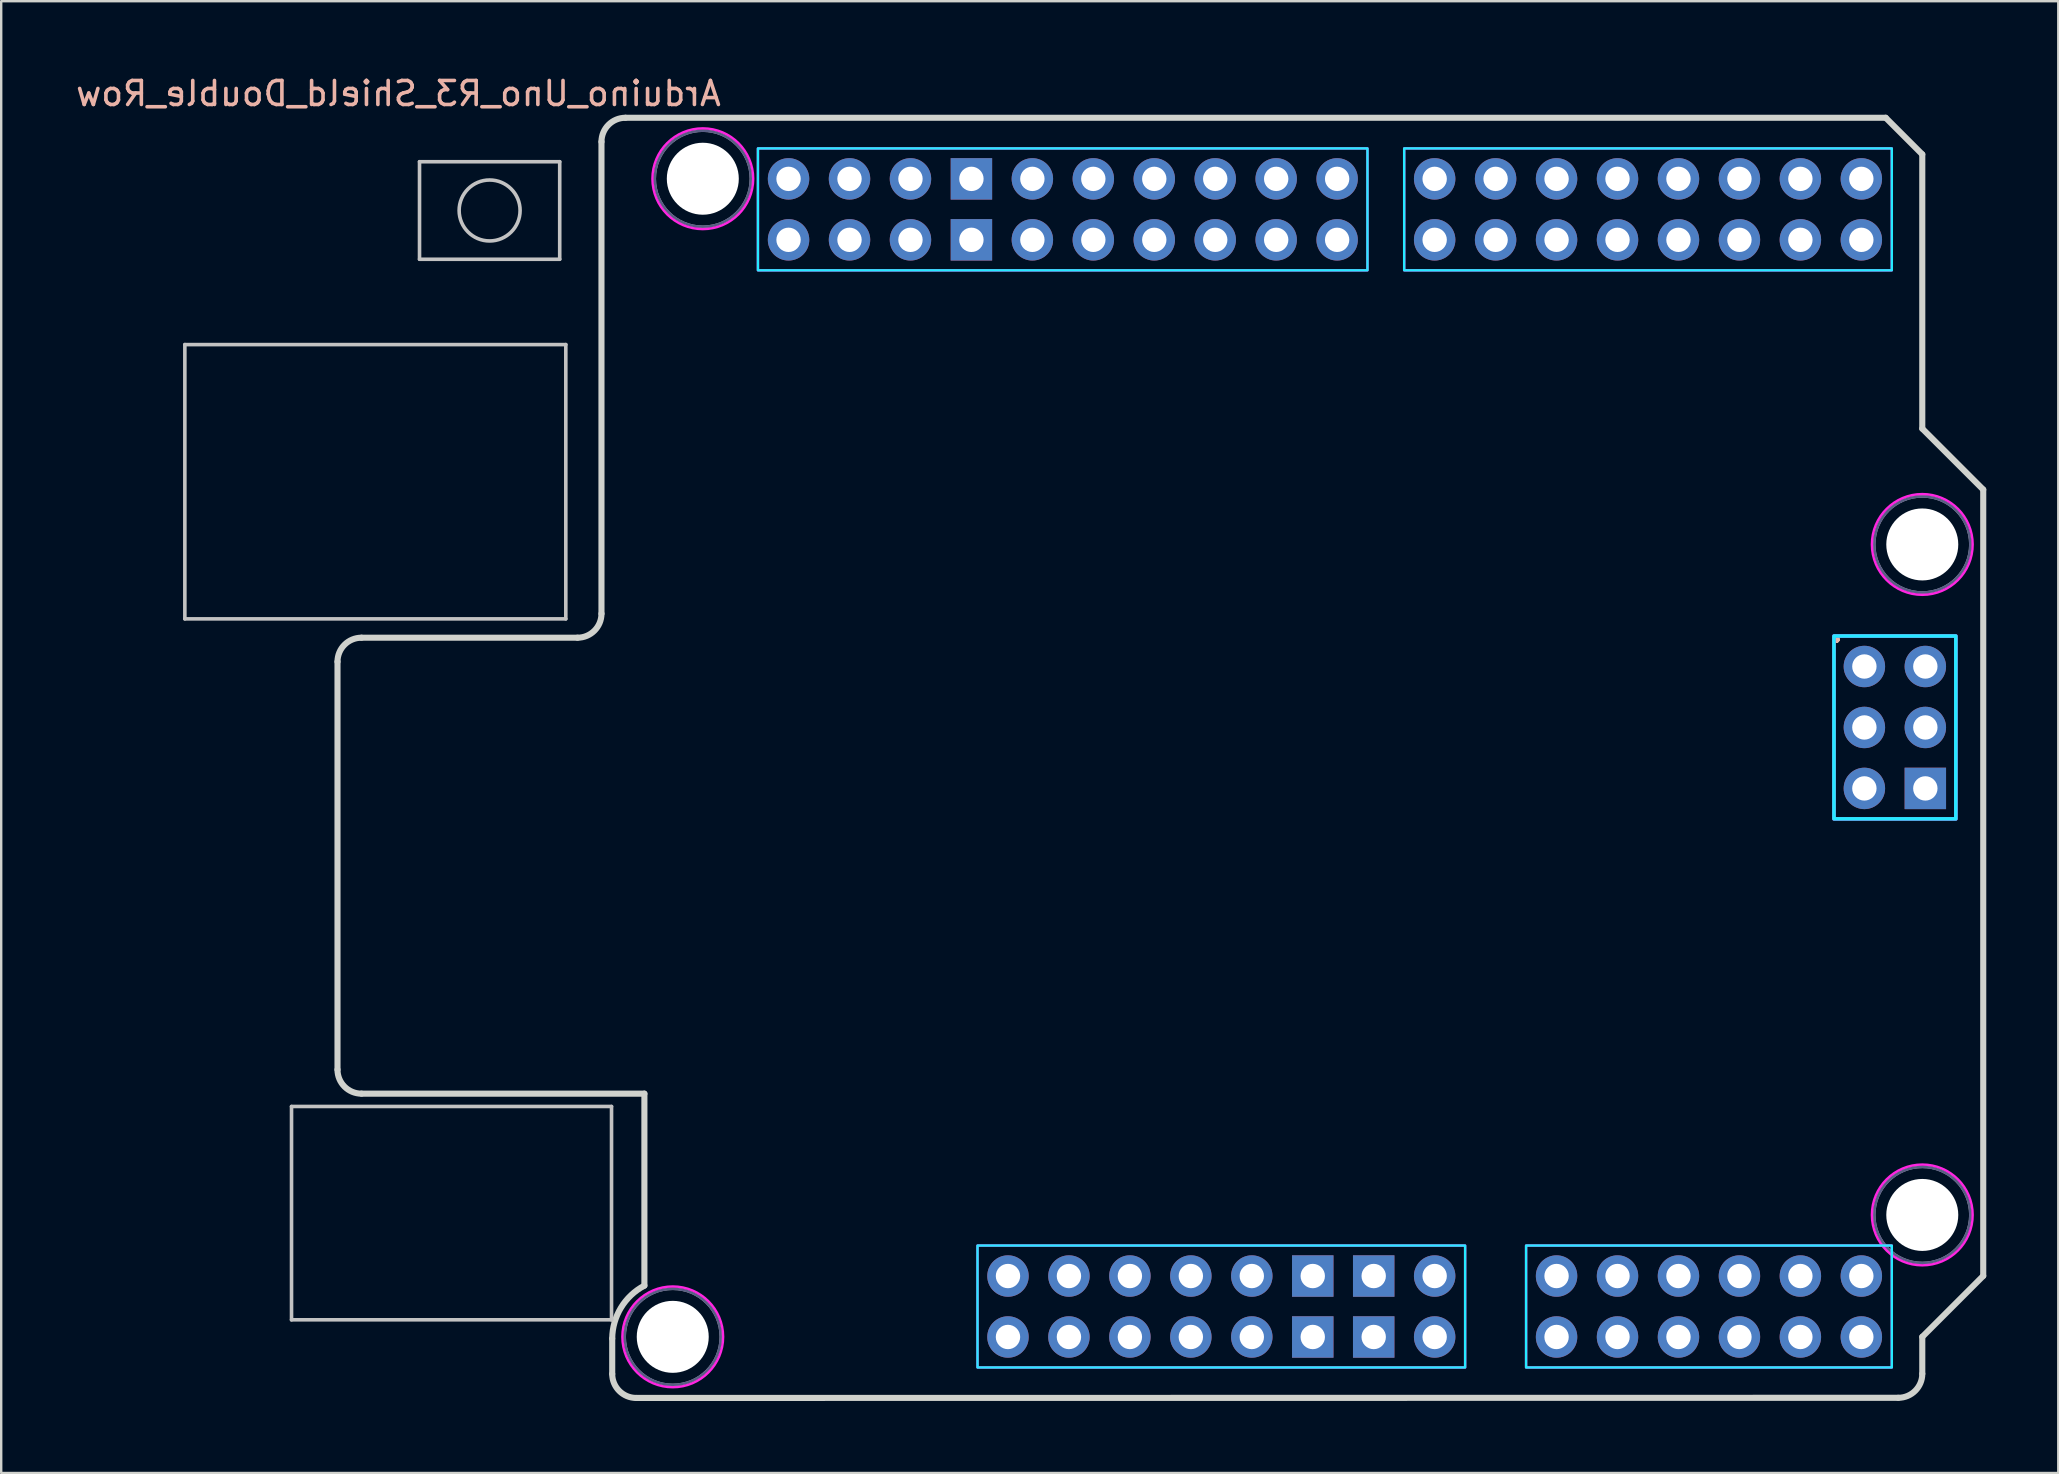
<source format=kicad_pcb>
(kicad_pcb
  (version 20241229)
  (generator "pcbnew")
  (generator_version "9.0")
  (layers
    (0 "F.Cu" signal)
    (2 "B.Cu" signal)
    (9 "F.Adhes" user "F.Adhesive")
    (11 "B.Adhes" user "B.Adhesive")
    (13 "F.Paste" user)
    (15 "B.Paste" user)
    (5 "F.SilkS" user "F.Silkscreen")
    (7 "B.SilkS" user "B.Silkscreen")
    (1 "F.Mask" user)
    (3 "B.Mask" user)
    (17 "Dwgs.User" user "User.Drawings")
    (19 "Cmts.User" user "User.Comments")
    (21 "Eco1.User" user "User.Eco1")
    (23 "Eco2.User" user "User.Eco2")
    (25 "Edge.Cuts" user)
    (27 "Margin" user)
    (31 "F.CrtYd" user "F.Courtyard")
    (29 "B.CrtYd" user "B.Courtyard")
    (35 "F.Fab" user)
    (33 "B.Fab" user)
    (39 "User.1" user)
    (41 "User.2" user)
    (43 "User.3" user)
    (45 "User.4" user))
  (footprint "Arduino_Uno_R3_Shield_Double_Row"
    (layer "F.Cu")
    (at 45.304 28.534)
    (property "Reference" "Arduino_Uno_R3_Shield_Double_Row" (at -31.75 -27.686 0) (layer "B.SilkS") (effects (font (size 1 1) (thickness 0.15)) (justify mirror)))
    (attr through_hole)
    (fp_line (start -40.651 -17.225) (end -24.776 -17.225) (stroke (width 0.15) (type solid)) (layer "Dwgs.User"))
    (fp_line (start -40.651 -5.795) (end -40.651 -17.225) (stroke (width 0.15) (type solid)) (layer "Dwgs.User"))
    (fp_line (start -36.206 14.525) (end -22.871 14.525) (stroke (width 0.15) (type solid)) (layer "Dwgs.User"))
    (fp_line (start -36.206 23.415) (end -36.206 14.525) (stroke (width 0.15) (type solid)) (layer "Dwgs.User"))
    (fp_line (start -30.872 -24.845) (end -25.03 -24.845) (stroke (width 0.15) (type solid)) (layer "Dwgs.User"))
    (fp_line (start -30.872 -20.781) (end -30.872 -24.845) (stroke (width 0.15) (type solid)) (layer "Dwgs.User"))
    (fp_line (start -25.03 -24.845) (end -25.03 -20.781) (stroke (width 0.15) (type solid)) (layer "Dwgs.User"))
    (fp_line (start -25.03 -20.781) (end -30.872 -20.781) (stroke (width 0.15) (type solid)) (layer "Dwgs.User"))
    (fp_line (start -24.776 -17.225) (end -24.776 -5.795) (stroke (width 0.15) (type solid)) (layer "Dwgs.User"))
    (fp_line (start -24.776 -5.795) (end -40.651 -5.795) (stroke (width 0.15) (type solid)) (layer "Dwgs.User"))
    (fp_line (start -22.871 14.525) (end -22.871 23.415) (stroke (width 0.15) (type solid)) (layer "Dwgs.User"))
    (fp_line (start -22.871 23.415) (end -36.206 23.415) (stroke (width 0.15) (type solid)) (layer "Dwgs.User"))
    (fp_circle (center -27.951 -22.813) (end -26.681 -22.813) (stroke (width 0.15) (type solid)) (fill no) (layer "Dwgs.User"))
    (fp_line (start -34.29 -4.01) (end -34.29 12.99) (stroke (width 0.254) (type solid)) (layer "Edge.Cuts"))
    (fp_line (start -24.29 -5.01) (end -33.29 -5.01) (stroke (width 0.254) (type solid)) (layer "Edge.Cuts"))
    (fp_line (start -23.29 -25.676) (end -23.29 -6.01) (stroke (width 0.254) (type solid)) (layer "Edge.Cuts"))
    (fp_line (start -22.842 24.195) (end -22.842 25.67) (stroke (width 0.254) (type solid)) (layer "Edge.Cuts"))
    (fp_line (start -22.29 -26.676) (end 30.226 -26.676) (stroke (width 0.254) (type solid)) (layer "Edge.Cuts"))
    (fp_line (start -21.501 13.99) (end -33.29 13.99) (stroke (width 0.254) (type solid)) (layer "Edge.Cuts"))
    (fp_line (start -21.501 13.99) (end -21.501 21.99) (stroke (width 0.254) (type solid)) (layer "Edge.Cuts"))
    (fp_line (start 30.226 -26.676) (end 31.75 -25.152) (stroke (width 0.254) (type solid)) (layer "Edge.Cuts"))
    (fp_line (start 30.75 26.664) (end -21.842 26.67) (stroke (width 0.254) (type solid)) (layer "Edge.Cuts"))
    (fp_line (start 31.75 -25.152) (end 31.75 -13.722) (stroke (width 0.254) (type solid)) (layer "Edge.Cuts"))
    (fp_line (start 31.75 -13.722) (end 34.29 -11.182) (stroke (width 0.254) (type solid)) (layer "Edge.Cuts"))
    (fp_line (start 31.75 24.124) (end 31.75 25.664) (stroke (width 0.254) (type solid)) (layer "Edge.Cuts"))
    (fp_line (start 34.29 -11.182) (end 34.29 21.584) (stroke (width 0.254) (type solid)) (layer "Edge.Cuts"))
    (fp_line (start 34.29 21.584) (end 31.75 24.124) (stroke (width 0.254) (type solid)) (layer "Edge.Cuts"))
    (fp_arc (start -34.29 -4.009823) (mid -33.997107 -4.71693) (end -33.29 -5.009823) (stroke (width 0.254) (type solid)) (layer "Edge.Cuts"))
    (fp_arc (start -33.29 13.990177) (mid -33.997106 13.697284) (end -34.29 12.990177) (stroke (width 0.254) (type solid)) (layer "Edge.Cuts"))
    (fp_arc (start -23.29 -25.676223) (mid -22.997106 -26.383328) (end -22.29 -26.676223) (stroke (width 0.254) (type solid)) (layer "Edge.Cuts"))
    (fp_arc (start -23.29 -6.009823) (mid -23.582892 -5.302714) (end -24.29 -5.009823) (stroke (width 0.254) (type solid)) (layer "Edge.Cuts"))
    (fp_arc (start -22.842214 24.194891) (mid -22.475813 22.907517) (end -21.501099 21.990178) (stroke (width 0.254) (type solid)) (layer "Edge.Cuts"))
    (fp_arc (start -21.842226 26.67) (mid -22.549316 26.377098) (end -22.842226 25.67) (stroke (width 0.254) (type solid)) (layer "Edge.Cuts"))
    (fp_arc (start 31.75 25.663777) (mid 31.457115 26.370899) (end 30.75 26.663777) (stroke (width 0.254) (type solid)) (layer "Edge.Cuts"))
    (fp_rect (start -16.77 -25.4) (end 8.63 -20.32) (stroke (width 0.1) (type solid)) (fill no) (layer "B.CrtYd"))
    (fp_rect (start -7.62 20.32) (end 12.7 25.4) (stroke (width 0.1) (type solid)) (fill no) (layer "B.CrtYd"))
    (fp_rect (start 10.16 -25.4) (end 30.48 -20.32) (stroke (width 0.1) (type solid)) (fill no) (layer "B.CrtYd"))
    (fp_rect (start 15.24 20.32) (end 30.48 25.4) (stroke (width 0.1) (type solid)) (fill no) (layer "B.CrtYd"))
    (fp_rect (start 28.07 -5.08) (end 33.15 2.54) (stroke (width 0.15) (type solid)) (fill no) (layer "B.CrtYd"))
    (fp_rect (start -16.77 -25.4) (end 8.63 -20.32) (stroke (width 0.1) (type solid)) (fill no) (layer "F.CrtYd"))
    (fp_rect (start -7.62 20.32) (end 12.7 25.4) (stroke (width 0.1) (type solid)) (fill no) (layer "F.CrtYd"))
    (fp_rect (start 10.16 -25.4) (end 30.48 -20.32) (stroke (width 0.1) (type solid)) (fill no) (layer "F.CrtYd"))
    (fp_rect (start 15.24 20.32) (end 30.48 25.4) (stroke (width 0.1) (type solid)) (fill no) (layer "F.CrtYd"))
    (fp_rect (start 28.07 -5.08) (end 33.15 2.54) (stroke (width 0.15) (type solid)) (fill no) (layer "F.CrtYd"))
    (fp_circle (center -20.32 24.124) (end -18.22 24.124) (stroke (width 0.1) (type solid)) (fill no) (layer "F.CrtYd"))
    (fp_circle (center -19.067 -24.136) (end -16.967 -24.136) (stroke (width 0.1) (type solid)) (fill no) (layer "F.CrtYd"))
    (fp_circle (center 31.75 -8.896) (end 33.85 -8.896) (stroke (width 0.1) (type solid)) (fill no) (layer "F.CrtYd"))
    (fp_circle (center 31.75 19.044) (end 33.85 19.044) (stroke (width 0.1) (type solid)) (fill no) (layer "F.CrtYd"))
    (fp_circle (center -20.32 24.124) (end -18.32 24.124) (stroke (width 0.1) (type solid)) (fill no) (layer "B.Fab"))
    (fp_circle (center -19.067 -24.136) (end -17.067 -24.136) (stroke (width 0.1) (type solid)) (fill no) (layer "B.Fab"))
    (fp_circle (center 31.75 -8.896) (end 33.75 -8.896) (stroke (width 0.1) (type solid)) (fill no) (layer "B.Fab"))
    (fp_circle (center 31.75 19.044) (end 33.75 19.044) (stroke (width 0.1) (type solid)) (fill no) (layer "B.Fab"))
    (fp_circle (center -20.32 24.124) (end -18.32 24.124) (stroke (width 0.1) (type solid)) (fill no) (layer "F.Fab"))
    (fp_circle (center -19.067 -24.136) (end -17.067 -24.136) (stroke (width 0.1) (type solid)) (fill no) (layer "F.Fab"))
    (fp_circle (center 31.75 -8.896) (end 33.75 -8.896) (stroke (width 0.1) (type solid)) (fill no) (layer "F.Fab"))
    (fp_circle (center 31.75 19.044) (end 33.75 19.044) (stroke (width 0.1) (type solid)) (fill no) (layer "F.Fab"))
    (fp_text user "." (at 28.194 -5.334 0) (layer "F.SilkS") (effects (font (size 1 1) (thickness 0.15))))
    (fp_text user "." (at 28.194 -5.334 0) (layer "B.SilkS") (effects (font (size 1 1) (thickness 0.15))))
    (pad "" np_thru_hole circle (at -20.32 24.124) (size 3 3) (drill 3.2) (layers "*.Cu" "*.Mask"))
    (pad "" np_thru_hole circle (at -19.067 -24.136) (size 3 3) (drill 3.2) (layers "*.Cu" "*.Mask"))
    (pad "" thru_hole oval (at -6.35 21.59) (size 1.727 1.727) (drill 1.016) (layers "*.Cu" "*.Mask"))
    (pad "" thru_hole oval (at -6.35 24.13) (size 1.727 1.727) (drill 1.016) (layers "*.Cu" "*.Mask"))
    (pad "" np_thru_hole circle (at 31.75 -8.896) (size 3 3) (drill 3.2) (layers "*.Cu" "*.Mask"))
    (pad "" np_thru_hole circle (at 31.75 19.044) (size 3 3) (drill 3.2) (layers "*.Cu" "*.Mask"))
    (pad "3V3" thru_hole oval (at 1.27 21.59) (size 1.727 1.727) (drill 1.016) (layers "*.Cu" "*.Mask"))
    (pad "3V3" thru_hole oval (at 1.27 24.13) (size 1.727 1.727) (drill 1.016) (layers "*.Cu" "*.Mask"))
    (pad "5V" thru_hole oval (at 3.81 21.59) (size 1.727 1.727) (drill 1.016) (layers "*.Cu" "*.Mask"))
    (pad "5V" thru_hole oval (at 3.81 24.13) (size 1.727 1.727) (drill 1.016) (layers "*.Cu" "*.Mask"))
    (pad "5V0" thru_hole oval (at 31.877 -3.81) (size 1.727 1.727) (drill 1.016) (layers "*.Cu" "*.Mask"))
    (pad "A0" thru_hole oval (at 16.51 21.59) (size 1.727 1.727) (drill 1.016) (layers "*.Cu" "*.Mask"))
    (pad "A0" thru_hole oval (at 16.51 24.13) (size 1.727 1.727) (drill 1.016) (layers "*.Cu" "*.Mask"))
    (pad "A1" thru_hole oval (at 19.05 21.59) (size 1.727 1.727) (drill 1.016) (layers "*.Cu" "*.Mask"))
    (pad "A1" thru_hole oval (at 19.05 24.13) (size 1.727 1.727) (drill 1.016) (layers "*.Cu" "*.Mask"))
    (pad "A2" thru_hole oval (at 21.59 21.59) (size 1.727 1.727) (drill 1.016) (layers "*.Cu" "*.Mask"))
    (pad "A2" thru_hole oval (at 21.59 24.13) (size 1.727 1.727) (drill 1.016) (layers "*.Cu" "*.Mask"))
    (pad "A3" thru_hole oval (at 24.13 21.59) (size 1.727 1.727) (drill 1.016) (layers "*.Cu" "*.Mask"))
    (pad "A3" thru_hole oval (at 24.13 24.13) (size 1.727 1.727) (drill 1.016) (layers "*.Cu" "*.Mask"))
    (pad "A4" thru_hole oval (at 26.67 21.59) (size 1.727 1.727) (drill 1.016) (layers "*.Cu" "*.Mask"))
    (pad "A4" thru_hole oval (at 26.67 24.13) (size 1.727 1.727) (drill 1.016) (layers "*.Cu" "*.Mask"))
    (pad "A5" thru_hole oval (at 29.21 21.59) (size 1.727 1.727) (drill 1.016) (layers "*.Cu" "*.Mask"))
    (pad "A5" thru_hole oval (at 29.21 24.13) (size 1.727 1.727) (drill 1.016) (layers "*.Cu" "*.Mask"))
    (pad "AREF" thru_hole oval (at -10.414 -24.13) (size 1.727 1.727) (drill 1.016) (layers "*.Cu" "*.Mask"))
    (pad "AREF" thru_hole oval (at -10.414 -21.59) (size 1.727 1.727) (drill 1.016) (layers "*.Cu" "*.Mask"))
    (pad "D0" thru_hole oval (at 29.21 -24.13) (size 1.727 1.727) (drill 1.016) (layers "*.Cu" "*.Mask"))
    (pad "D0" thru_hole oval (at 29.21 -21.59) (size 1.727 1.727) (drill 1.016) (layers "*.Cu" "*.Mask"))
    (pad "D1" thru_hole oval (at 26.67 -24.13) (size 1.727 1.727) (drill 1.016) (layers "*.Cu" "*.Mask"))
    (pad "D1" thru_hole oval (at 26.67 -21.59) (size 1.727 1.727) (drill 1.016) (layers "*.Cu" "*.Mask"))
    (pad "D2" thru_hole oval (at 24.13 -24.13) (size 1.727 1.727) (drill 1.016) (layers "*.Cu" "*.Mask"))
    (pad "D2" thru_hole oval (at 24.13 -21.59) (size 1.727 1.727) (drill 1.016) (layers "*.Cu" "*.Mask"))
    (pad "D3" thru_hole oval (at 21.59 -24.13) (size 1.727 1.727) (drill 1.016) (layers "*.Cu" "*.Mask"))
    (pad "D3" thru_hole oval (at 21.59 -21.59) (size 1.727 1.727) (drill 1.016) (layers "*.Cu" "*.Mask"))
    (pad "D4" thru_hole oval (at 19.05 -24.13) (size 1.727 1.727) (drill 1.016) (layers "*.Cu" "*.Mask"))
    (pad "D4" thru_hole oval (at 19.05 -21.59) (size 1.727 1.727) (drill 1.016) (layers "*.Cu" "*.Mask"))
    (pad "D5" thru_hole oval (at 16.51 -24.13) (size 1.727 1.727) (drill 1.016) (layers "*.Cu" "*.Mask"))
    (pad "D5" thru_hole oval (at 16.51 -21.59) (size 1.727 1.727) (drill 1.016) (layers "*.Cu" "*.Mask"))
    (pad "D6" thru_hole oval (at 13.97 -24.13) (size 1.727 1.727) (drill 1.016) (layers "*.Cu" "*.Mask"))
    (pad "D6" thru_hole oval (at 13.97 -21.59) (size 1.727 1.727) (drill 1.016) (layers "*.Cu" "*.Mask"))
    (pad "D7" thru_hole oval (at 11.43 -24.13) (size 1.727 1.727) (drill 1.016) (layers "*.Cu" "*.Mask"))
    (pad "D7" thru_hole oval (at 11.43 -21.59) (size 1.727 1.727) (drill 1.016) (layers "*.Cu" "*.Mask"))
    (pad "D8" thru_hole oval (at 7.366 -24.13) (size 1.727 1.727) (drill 1.016) (layers "*.Cu" "*.Mask"))
    (pad "D8" thru_hole oval (at 7.366 -21.59) (size 1.727 1.727) (drill 1.016) (layers "*.Cu" "*.Mask"))
    (pad "D9" thru_hole oval (at 4.826 -24.13) (size 1.727 1.727) (drill 1.016) (layers "*.Cu" "*.Mask"))
    (pad "D9" thru_hole oval (at 4.826 -21.59) (size 1.727 1.727) (drill 1.016) (layers "*.Cu" "*.Mask"))
    (pad "D10" thru_hole oval (at 2.286 -24.13) (size 1.727 1.727) (drill 1.016) (layers "*.Cu" "*.Mask"))
    (pad "D10" thru_hole oval (at 2.286 -21.59) (size 1.727 1.727) (drill 1.016) (layers "*.Cu" "*.Mask"))
    (pad "D11" thru_hole oval (at -0.254 -24.13) (size 1.727 1.727) (drill 1.016) (layers "*.Cu" "*.Mask"))
    (pad "D11" thru_hole oval (at -0.254 -21.59) (size 1.727 1.727) (drill 1.016) (layers "*.Cu" "*.Mask"))
    (pad "D12" thru_hole oval (at -2.794 -24.13) (size 1.727 1.727) (drill 1.016) (layers "*.Cu" "*.Mask"))
    (pad "D12" thru_hole oval (at -2.794 -21.59) (size 1.727 1.727) (drill 1.016) (layers "*.Cu" "*.Mask"))
    (pad "D13" thru_hole oval (at -5.334 -24.13) (size 1.727 1.727) (drill 1.016) (layers "*.Cu" "*.Mask"))
    (pad "D13" thru_hole oval (at -5.334 -21.59) (size 1.727 1.727) (drill 1.016) (layers "*.Cu" "*.Mask"))
    (pad "GND" thru_hole rect (at -7.874 -24.13) (size 1.727 1.727) (drill 1.016) (layers "*.Cu" "*.Mask"))
    (pad "GND" thru_hole rect (at -7.874 -21.59) (size 1.727 1.727) (drill 1.016) (layers "*.Cu" "*.Mask"))
    (pad "GND" thru_hole rect (at 6.35 21.59) (size 1.727 1.727) (drill 1.016) (layers "*.Cu" "*.Mask"))
    (pad "GND" thru_hole rect (at 6.35 24.13) (size 1.727 1.727) (drill 1.016) (layers "*.Cu" "*.Mask"))
    (pad "GND" thru_hole rect (at 8.89 21.59) (size 1.727 1.727) (drill 1.016) (layers "*.Cu" "*.Mask"))
    (pad "GND" thru_hole rect (at 8.89 24.13) (size 1.727 1.727) (drill 1.016) (layers "*.Cu" "*.Mask"))
    (pad "GND" thru_hole rect (at 31.877 1.27) (size 1.727 1.727) (drill 1.016) (layers "*.Cu" "*.Mask"))
    (pad "IOREF" thru_hole oval (at -3.81 21.59) (size 1.727 1.727) (drill 1.016) (layers "*.Cu" "*.Mask"))
    (pad "IOREF" thru_hole oval (at -3.81 24.13) (size 1.727 1.727) (drill 1.016) (layers "*.Cu" "*.Mask"))
    (pad "MISO" thru_hole oval (at 29.337 -3.81) (size 1.727 1.727) (drill 1.016) (layers "*.Cu" "*.Mask"))
    (pad "MOSI" thru_hole oval (at 31.877 -1.27) (size 1.727 1.727) (drill 1.016) (layers "*.Cu" "*.Mask"))
    (pad "RST1" thru_hole oval (at -1.27 21.59) (size 1.727 1.727) (drill 1.016) (layers "*.Cu" "*.Mask"))
    (pad "RST1" thru_hole oval (at -1.27 24.13) (size 1.727 1.727) (drill 1.016) (layers "*.Cu" "*.Mask"))
    (pad "RST2" thru_hole oval (at 29.337 1.27) (size 1.727 1.727) (drill 1.016) (layers "*.Cu" "*.Mask"))
    (pad "SCK" thru_hole oval (at 29.337 -1.27) (size 1.727 1.727) (drill 1.016) (layers "*.Cu" "*.Mask"))
    (pad "SCL" thru_hole oval (at -15.494 -24.13) (size 1.727 1.727) (drill 1.016) (layers "*.Cu" "*.Mask"))
    (pad "SCL" thru_hole oval (at -15.494 -21.59) (size 1.727 1.727) (drill 1.016) (layers "*.Cu" "*.Mask"))
    (pad "SDA" thru_hole oval (at -12.954 -24.13) (size 1.727 1.727) (drill 1.016) (layers "*.Cu" "*.Mask"))
    (pad "SDA" thru_hole oval (at -12.954 -21.59) (size 1.727 1.727) (drill 1.016) (layers "*.Cu" "*.Mask"))
    (pad "VIN" thru_hole oval (at 11.43 21.59) (size 1.727 1.727) (drill 1.016) (layers "*.Cu" "*.Mask"))
    (pad "VIN" thru_hole oval (at 11.43 24.13) (size 1.727 1.727) (drill 1.016) (layers "*.Cu" "*.Mask")))
  (gr_rect
    (start -3 -3)
    (end 82.721 58.331)
    (stroke (width 0.1) (type default))
    (fill no)
    (layer "Edge.Cuts")))
</source>
